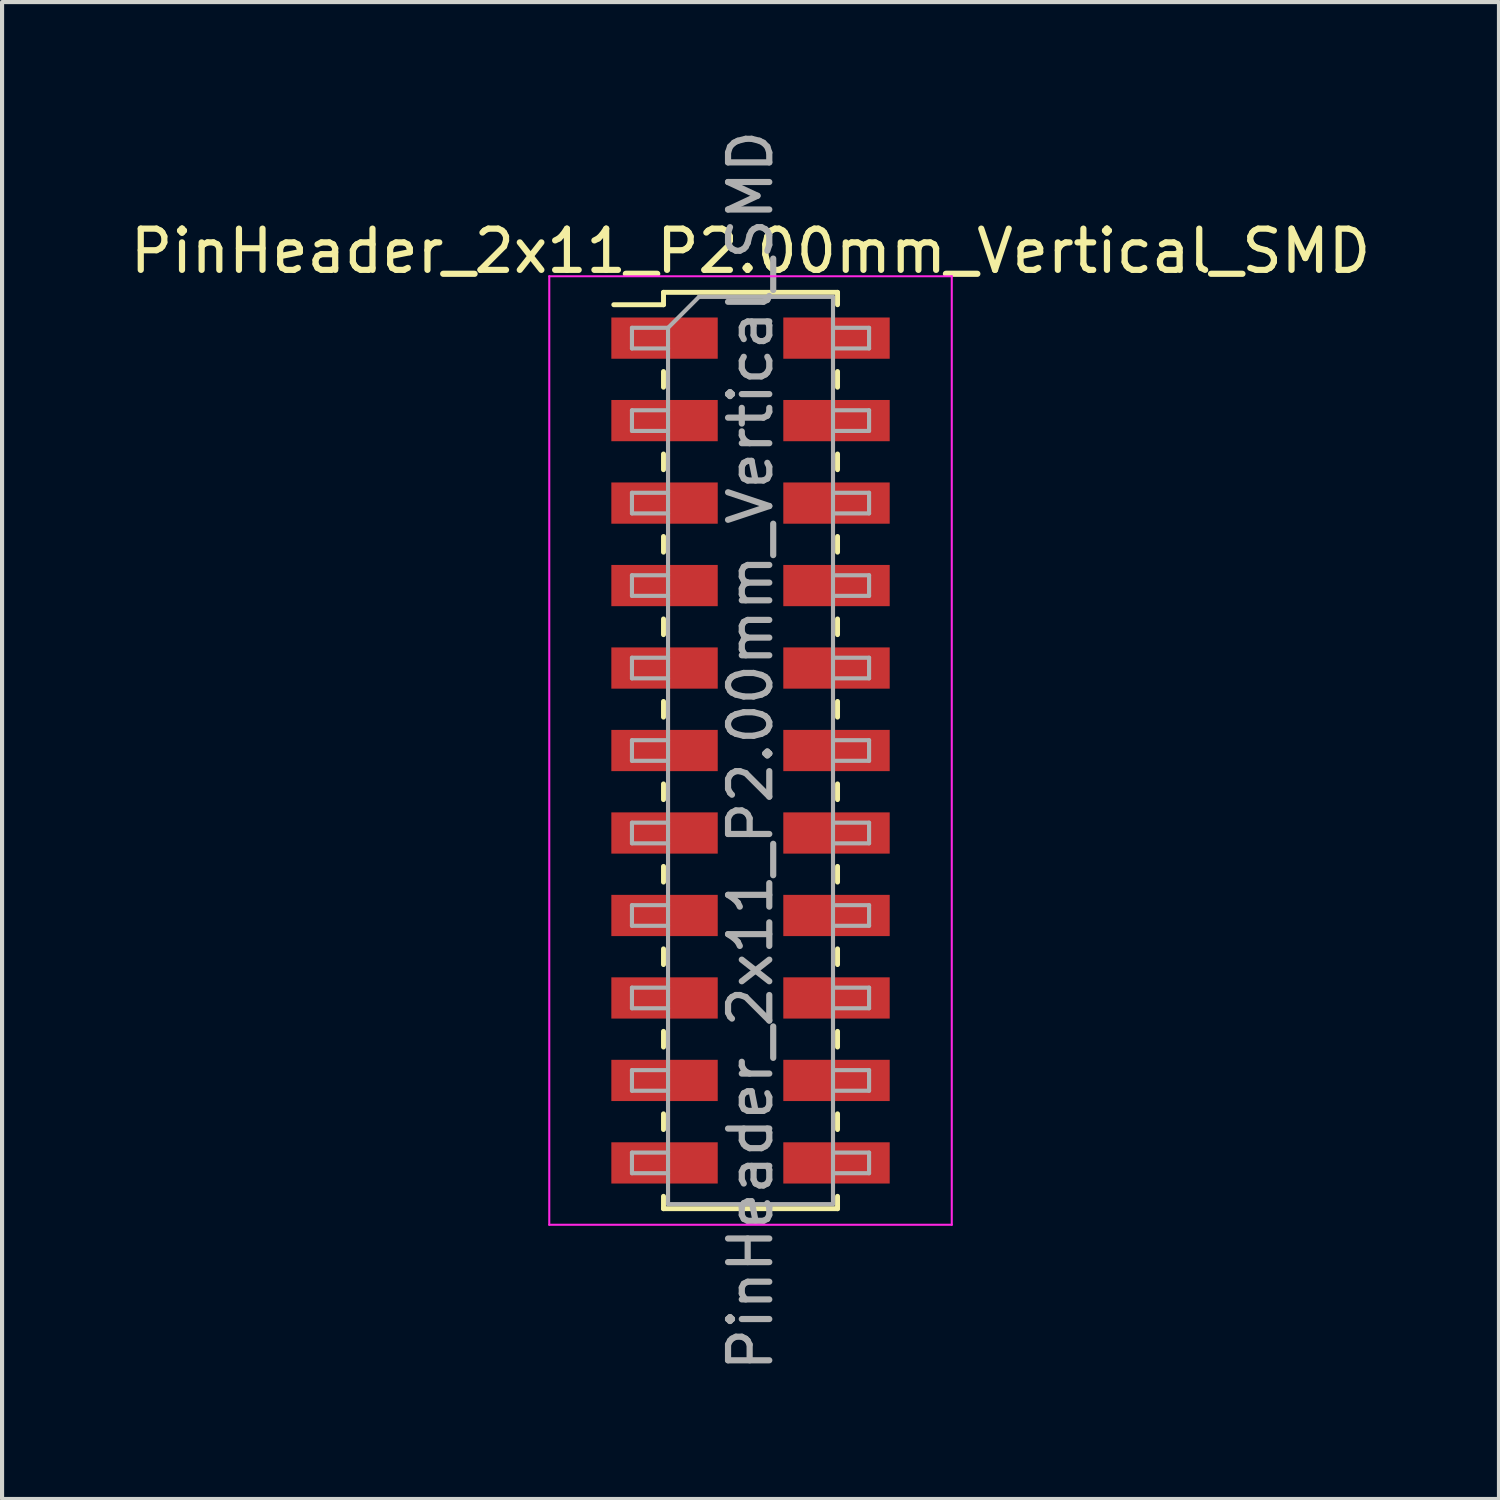
<source format=kicad_pcb>
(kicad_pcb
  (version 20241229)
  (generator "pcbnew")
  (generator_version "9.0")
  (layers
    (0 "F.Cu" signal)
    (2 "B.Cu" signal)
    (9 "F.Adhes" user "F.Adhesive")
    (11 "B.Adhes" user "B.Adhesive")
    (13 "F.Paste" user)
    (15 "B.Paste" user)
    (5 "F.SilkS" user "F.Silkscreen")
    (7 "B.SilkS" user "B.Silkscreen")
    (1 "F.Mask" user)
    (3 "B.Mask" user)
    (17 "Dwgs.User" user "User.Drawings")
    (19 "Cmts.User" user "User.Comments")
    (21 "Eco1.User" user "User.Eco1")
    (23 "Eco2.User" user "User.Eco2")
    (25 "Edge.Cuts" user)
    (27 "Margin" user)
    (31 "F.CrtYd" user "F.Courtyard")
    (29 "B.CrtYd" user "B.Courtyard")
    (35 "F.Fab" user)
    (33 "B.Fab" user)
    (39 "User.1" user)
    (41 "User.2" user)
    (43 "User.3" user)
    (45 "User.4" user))
  (footprint "PinHeader_2x11_P2.00mm_Vertical_SMD"
    (layer "F.Cu")
    (at 15.149 15.149)
    (property "Reference" "PinHeader_2x11_P2.00mm_Vertical_SMD" (at 0 -12.11 0) (layer "F.SilkS") (effects (font (size 1 1) (thickness 0.15))))
    (attr smd)
    (fp_line (start -3.315 -10.81) (end -2.11 -10.81) (stroke (width 0.12) (type solid)) (layer "F.SilkS"))
    (fp_line (start -2.11 -11.11) (end -2.11 -10.81) (stroke (width 0.12) (type solid)) (layer "F.SilkS"))
    (fp_line (start -2.11 -11.11) (end 2.11 -11.11) (stroke (width 0.12) (type solid)) (layer "F.SilkS"))
    (fp_line (start -2.11 -9.19) (end -2.11 -8.81) (stroke (width 0.12) (type solid)) (layer "F.SilkS"))
    (fp_line (start -2.11 -7.19) (end -2.11 -6.81) (stroke (width 0.12) (type solid)) (layer "F.SilkS"))
    (fp_line (start -2.11 -5.19) (end -2.11 -4.81) (stroke (width 0.12) (type solid)) (layer "F.SilkS"))
    (fp_line (start -2.11 -3.19) (end -2.11 -2.81) (stroke (width 0.12) (type solid)) (layer "F.SilkS"))
    (fp_line (start -2.11 -1.19) (end -2.11 -0.81) (stroke (width 0.12) (type solid)) (layer "F.SilkS"))
    (fp_line (start -2.11 0.81) (end -2.11 1.19) (stroke (width 0.12) (type solid)) (layer "F.SilkS"))
    (fp_line (start -2.11 2.81) (end -2.11 3.19) (stroke (width 0.12) (type solid)) (layer "F.SilkS"))
    (fp_line (start -2.11 4.81) (end -2.11 5.19) (stroke (width 0.12) (type solid)) (layer "F.SilkS"))
    (fp_line (start -2.11 6.81) (end -2.11 7.19) (stroke (width 0.12) (type solid)) (layer "F.SilkS"))
    (fp_line (start -2.11 8.81) (end -2.11 9.19) (stroke (width 0.12) (type solid)) (layer "F.SilkS"))
    (fp_line (start -2.11 10.81) (end -2.11 11.11) (stroke (width 0.12) (type solid)) (layer "F.SilkS"))
    (fp_line (start -2.11 11.11) (end 2.11 11.11) (stroke (width 0.12) (type solid)) (layer "F.SilkS"))
    (fp_line (start 2.11 -11.11) (end 2.11 -10.81) (stroke (width 0.12) (type solid)) (layer "F.SilkS"))
    (fp_line (start 2.11 -9.19) (end 2.11 -8.81) (stroke (width 0.12) (type solid)) (layer "F.SilkS"))
    (fp_line (start 2.11 -7.19) (end 2.11 -6.81) (stroke (width 0.12) (type solid)) (layer "F.SilkS"))
    (fp_line (start 2.11 -5.19) (end 2.11 -4.81) (stroke (width 0.12) (type solid)) (layer "F.SilkS"))
    (fp_line (start 2.11 -3.19) (end 2.11 -2.81) (stroke (width 0.12) (type solid)) (layer "F.SilkS"))
    (fp_line (start 2.11 -1.19) (end 2.11 -0.81) (stroke (width 0.12) (type solid)) (layer "F.SilkS"))
    (fp_line (start 2.11 0.81) (end 2.11 1.19) (stroke (width 0.12) (type solid)) (layer "F.SilkS"))
    (fp_line (start 2.11 2.81) (end 2.11 3.19) (stroke (width 0.12) (type solid)) (layer "F.SilkS"))
    (fp_line (start 2.11 4.81) (end 2.11 5.19) (stroke (width 0.12) (type solid)) (layer "F.SilkS"))
    (fp_line (start 2.11 6.81) (end 2.11 7.19) (stroke (width 0.12) (type solid)) (layer "F.SilkS"))
    (fp_line (start 2.11 8.81) (end 2.11 9.19) (stroke (width 0.12) (type solid)) (layer "F.SilkS"))
    (fp_line (start 2.11 10.81) (end 2.11 11.11) (stroke (width 0.12) (type solid)) (layer "F.SilkS"))
    (fp_line (start -4.88 -11.5) (end -4.88 11.5) (stroke (width 0.05) (type solid)) (layer "F.CrtYd"))
    (fp_line (start -4.88 11.5) (end 4.88 11.5) (stroke (width 0.05) (type solid)) (layer "F.CrtYd"))
    (fp_line (start 4.88 -11.5) (end -4.88 -11.5) (stroke (width 0.05) (type solid)) (layer "F.CrtYd"))
    (fp_line (start 4.88 11.5) (end 4.88 -11.5) (stroke (width 0.05) (type solid)) (layer "F.CrtYd"))
    (fp_line (start -2.875 -10.25) (end -2.875 -9.75) (stroke (width 0.1) (type solid)) (layer "F.Fab"))
    (fp_line (start -2.875 -9.75) (end -2 -9.75) (stroke (width 0.1) (type solid)) (layer "F.Fab"))
    (fp_line (start -2.875 -8.25) (end -2.875 -7.75) (stroke (width 0.1) (type solid)) (layer "F.Fab"))
    (fp_line (start -2.875 -7.75) (end -2 -7.75) (stroke (width 0.1) (type solid)) (layer "F.Fab"))
    (fp_line (start -2.875 -6.25) (end -2.875 -5.75) (stroke (width 0.1) (type solid)) (layer "F.Fab"))
    (fp_line (start -2.875 -5.75) (end -2 -5.75) (stroke (width 0.1) (type solid)) (layer "F.Fab"))
    (fp_line (start -2.875 -4.25) (end -2.875 -3.75) (stroke (width 0.1) (type solid)) (layer "F.Fab"))
    (fp_line (start -2.875 -3.75) (end -2 -3.75) (stroke (width 0.1) (type solid)) (layer "F.Fab"))
    (fp_line (start -2.875 -2.25) (end -2.875 -1.75) (stroke (width 0.1) (type solid)) (layer "F.Fab"))
    (fp_line (start -2.875 -1.75) (end -2 -1.75) (stroke (width 0.1) (type solid)) (layer "F.Fab"))
    (fp_line (start -2.875 -0.25) (end -2.875 0.25) (stroke (width 0.1) (type solid)) (layer "F.Fab"))
    (fp_line (start -2.875 0.25) (end -2 0.25) (stroke (width 0.1) (type solid)) (layer "F.Fab"))
    (fp_line (start -2.875 1.75) (end -2.875 2.25) (stroke (width 0.1) (type solid)) (layer "F.Fab"))
    (fp_line (start -2.875 2.25) (end -2 2.25) (stroke (width 0.1) (type solid)) (layer "F.Fab"))
    (fp_line (start -2.875 3.75) (end -2.875 4.25) (stroke (width 0.1) (type solid)) (layer "F.Fab"))
    (fp_line (start -2.875 4.25) (end -2 4.25) (stroke (width 0.1) (type solid)) (layer "F.Fab"))
    (fp_line (start -2.875 5.75) (end -2.875 6.25) (stroke (width 0.1) (type solid)) (layer "F.Fab"))
    (fp_line (start -2.875 6.25) (end -2 6.25) (stroke (width 0.1) (type solid)) (layer "F.Fab"))
    (fp_line (start -2.875 7.75) (end -2.875 8.25) (stroke (width 0.1) (type solid)) (layer "F.Fab"))
    (fp_line (start -2.875 8.25) (end -2 8.25) (stroke (width 0.1) (type solid)) (layer "F.Fab"))
    (fp_line (start -2.875 9.75) (end -2.875 10.25) (stroke (width 0.1) (type solid)) (layer "F.Fab"))
    (fp_line (start -2.875 10.25) (end -2 10.25) (stroke (width 0.1) (type solid)) (layer "F.Fab"))
    (fp_line (start -2 -10.25) (end -2.875 -10.25) (stroke (width 0.1) (type solid)) (layer "F.Fab"))
    (fp_line (start -2 -10.25) (end -1.25 -11) (stroke (width 0.1) (type solid)) (layer "F.Fab"))
    (fp_line (start -2 -8.25) (end -2.875 -8.25) (stroke (width 0.1) (type solid)) (layer "F.Fab"))
    (fp_line (start -2 -6.25) (end -2.875 -6.25) (stroke (width 0.1) (type solid)) (layer "F.Fab"))
    (fp_line (start -2 -4.25) (end -2.875 -4.25) (stroke (width 0.1) (type solid)) (layer "F.Fab"))
    (fp_line (start -2 -2.25) (end -2.875 -2.25) (stroke (width 0.1) (type solid)) (layer "F.Fab"))
    (fp_line (start -2 -0.25) (end -2.875 -0.25) (stroke (width 0.1) (type solid)) (layer "F.Fab"))
    (fp_line (start -2 1.75) (end -2.875 1.75) (stroke (width 0.1) (type solid)) (layer "F.Fab"))
    (fp_line (start -2 3.75) (end -2.875 3.75) (stroke (width 0.1) (type solid)) (layer "F.Fab"))
    (fp_line (start -2 5.75) (end -2.875 5.75) (stroke (width 0.1) (type solid)) (layer "F.Fab"))
    (fp_line (start -2 7.75) (end -2.875 7.75) (stroke (width 0.1) (type solid)) (layer "F.Fab"))
    (fp_line (start -2 9.75) (end -2.875 9.75) (stroke (width 0.1) (type solid)) (layer "F.Fab"))
    (fp_line (start -2 11) (end -2 -10.25) (stroke (width 0.1) (type solid)) (layer "F.Fab"))
    (fp_line (start -1.25 -11) (end 2 -11) (stroke (width 0.1) (type solid)) (layer "F.Fab"))
    (fp_line (start 2 -11) (end 2 11) (stroke (width 0.1) (type solid)) (layer "F.Fab"))
    (fp_line (start 2 -10.25) (end 2.875 -10.25) (stroke (width 0.1) (type solid)) (layer "F.Fab"))
    (fp_line (start 2 -8.25) (end 2.875 -8.25) (stroke (width 0.1) (type solid)) (layer "F.Fab"))
    (fp_line (start 2 -6.25) (end 2.875 -6.25) (stroke (width 0.1) (type solid)) (layer "F.Fab"))
    (fp_line (start 2 -4.25) (end 2.875 -4.25) (stroke (width 0.1) (type solid)) (layer "F.Fab"))
    (fp_line (start 2 -2.25) (end 2.875 -2.25) (stroke (width 0.1) (type solid)) (layer "F.Fab"))
    (fp_line (start 2 -0.25) (end 2.875 -0.25) (stroke (width 0.1) (type solid)) (layer "F.Fab"))
    (fp_line (start 2 1.75) (end 2.875 1.75) (stroke (width 0.1) (type solid)) (layer "F.Fab"))
    (fp_line (start 2 3.75) (end 2.875 3.75) (stroke (width 0.1) (type solid)) (layer "F.Fab"))
    (fp_line (start 2 5.75) (end 2.875 5.75) (stroke (width 0.1) (type solid)) (layer "F.Fab"))
    (fp_line (start 2 7.75) (end 2.875 7.75) (stroke (width 0.1) (type solid)) (layer "F.Fab"))
    (fp_line (start 2 9.75) (end 2.875 9.75) (stroke (width 0.1) (type solid)) (layer "F.Fab"))
    (fp_line (start 2 11) (end -2 11) (stroke (width 0.1) (type solid)) (layer "F.Fab"))
    (fp_line (start 2.875 -10.25) (end 2.875 -9.75) (stroke (width 0.1) (type solid)) (layer "F.Fab"))
    (fp_line (start 2.875 -9.75) (end 2 -9.75) (stroke (width 0.1) (type solid)) (layer "F.Fab"))
    (fp_line (start 2.875 -8.25) (end 2.875 -7.75) (stroke (width 0.1) (type solid)) (layer "F.Fab"))
    (fp_line (start 2.875 -7.75) (end 2 -7.75) (stroke (width 0.1) (type solid)) (layer "F.Fab"))
    (fp_line (start 2.875 -6.25) (end 2.875 -5.75) (stroke (width 0.1) (type solid)) (layer "F.Fab"))
    (fp_line (start 2.875 -5.75) (end 2 -5.75) (stroke (width 0.1) (type solid)) (layer "F.Fab"))
    (fp_line (start 2.875 -4.25) (end 2.875 -3.75) (stroke (width 0.1) (type solid)) (layer "F.Fab"))
    (fp_line (start 2.875 -3.75) (end 2 -3.75) (stroke (width 0.1) (type solid)) (layer "F.Fab"))
    (fp_line (start 2.875 -2.25) (end 2.875 -1.75) (stroke (width 0.1) (type solid)) (layer "F.Fab"))
    (fp_line (start 2.875 -1.75) (end 2 -1.75) (stroke (width 0.1) (type solid)) (layer "F.Fab"))
    (fp_line (start 2.875 -0.25) (end 2.875 0.25) (stroke (width 0.1) (type solid)) (layer "F.Fab"))
    (fp_line (start 2.875 0.25) (end 2 0.25) (stroke (width 0.1) (type solid)) (layer "F.Fab"))
    (fp_line (start 2.875 1.75) (end 2.875 2.25) (stroke (width 0.1) (type solid)) (layer "F.Fab"))
    (fp_line (start 2.875 2.25) (end 2 2.25) (stroke (width 0.1) (type solid)) (layer "F.Fab"))
    (fp_line (start 2.875 3.75) (end 2.875 4.25) (stroke (width 0.1) (type solid)) (layer "F.Fab"))
    (fp_line (start 2.875 4.25) (end 2 4.25) (stroke (width 0.1) (type solid)) (layer "F.Fab"))
    (fp_line (start 2.875 5.75) (end 2.875 6.25) (stroke (width 0.1) (type solid)) (layer "F.Fab"))
    (fp_line (start 2.875 6.25) (end 2 6.25) (stroke (width 0.1) (type solid)) (layer "F.Fab"))
    (fp_line (start 2.875 7.75) (end 2.875 8.25) (stroke (width 0.1) (type solid)) (layer "F.Fab"))
    (fp_line (start 2.875 8.25) (end 2 8.25) (stroke (width 0.1) (type solid)) (layer "F.Fab"))
    (fp_line (start 2.875 9.75) (end 2.875 10.25) (stroke (width 0.1) (type solid)) (layer "F.Fab"))
    (fp_line (start 2.875 10.25) (end 2 10.25) (stroke (width 0.1) (type solid)) (layer "F.Fab"))
    (fp_text user "${REFERENCE}" (at 0 0 90) (layer "F.Fab") (effects (font (size 1 1) (thickness 0.15))))
    (pad "1" smd rect (at -2.085 -10) (size 2.58 1) (layers "F.Cu" "F.Mask" "F.Paste"))
    (pad "2" smd rect (at 2.085 -10) (size 2.58 1) (layers "F.Cu" "F.Mask" "F.Paste"))
    (pad "3" smd rect (at -2.085 -8) (size 2.58 1) (layers "F.Cu" "F.Mask" "F.Paste"))
    (pad "4" smd rect (at 2.085 -8) (size 2.58 1) (layers "F.Cu" "F.Mask" "F.Paste"))
    (pad "5" smd rect (at -2.085 -6) (size 2.58 1) (layers "F.Cu" "F.Mask" "F.Paste"))
    (pad "6" smd rect (at 2.085 -6) (size 2.58 1) (layers "F.Cu" "F.Mask" "F.Paste"))
    (pad "7" smd rect (at -2.085 -4) (size 2.58 1) (layers "F.Cu" "F.Mask" "F.Paste"))
    (pad "8" smd rect (at 2.085 -4) (size 2.58 1) (layers "F.Cu" "F.Mask" "F.Paste"))
    (pad "9" smd rect (at -2.085 -2) (size 2.58 1) (layers "F.Cu" "F.Mask" "F.Paste"))
    (pad "10" smd rect (at 2.085 -2) (size 2.58 1) (layers "F.Cu" "F.Mask" "F.Paste"))
    (pad "11" smd rect (at -2.085 0) (size 2.58 1) (layers "F.Cu" "F.Mask" "F.Paste"))
    (pad "12" smd rect (at 2.085 0) (size 2.58 1) (layers "F.Cu" "F.Mask" "F.Paste"))
    (pad "13" smd rect (at -2.085 2) (size 2.58 1) (layers "F.Cu" "F.Mask" "F.Paste"))
    (pad "14" smd rect (at 2.085 2) (size 2.58 1) (layers "F.Cu" "F.Mask" "F.Paste"))
    (pad "15" smd rect (at -2.085 4) (size 2.58 1) (layers "F.Cu" "F.Mask" "F.Paste"))
    (pad "16" smd rect (at 2.085 4) (size 2.58 1) (layers "F.Cu" "F.Mask" "F.Paste"))
    (pad "17" smd rect (at -2.085 6) (size 2.58 1) (layers "F.Cu" "F.Mask" "F.Paste"))
    (pad "18" smd rect (at 2.085 6) (size 2.58 1) (layers "F.Cu" "F.Mask" "F.Paste"))
    (pad "19" smd rect (at -2.085 8) (size 2.58 1) (layers "F.Cu" "F.Mask" "F.Paste"))
    (pad "20" smd rect (at 2.085 8) (size 2.58 1) (layers "F.Cu" "F.Mask" "F.Paste"))
    (pad "21" smd rect (at -2.085 10) (size 2.58 1) (layers "F.Cu" "F.Mask" "F.Paste"))
    (pad "22" smd rect (at 2.085 10) (size 2.58 1) (layers "F.Cu" "F.Mask" "F.Paste")))
  (gr_rect
    (start -3 -3)
    (end 33.298 33.298)
    (stroke (width 0.1) (type default))
    (fill no)
    (layer "Edge.Cuts")))
</source>
